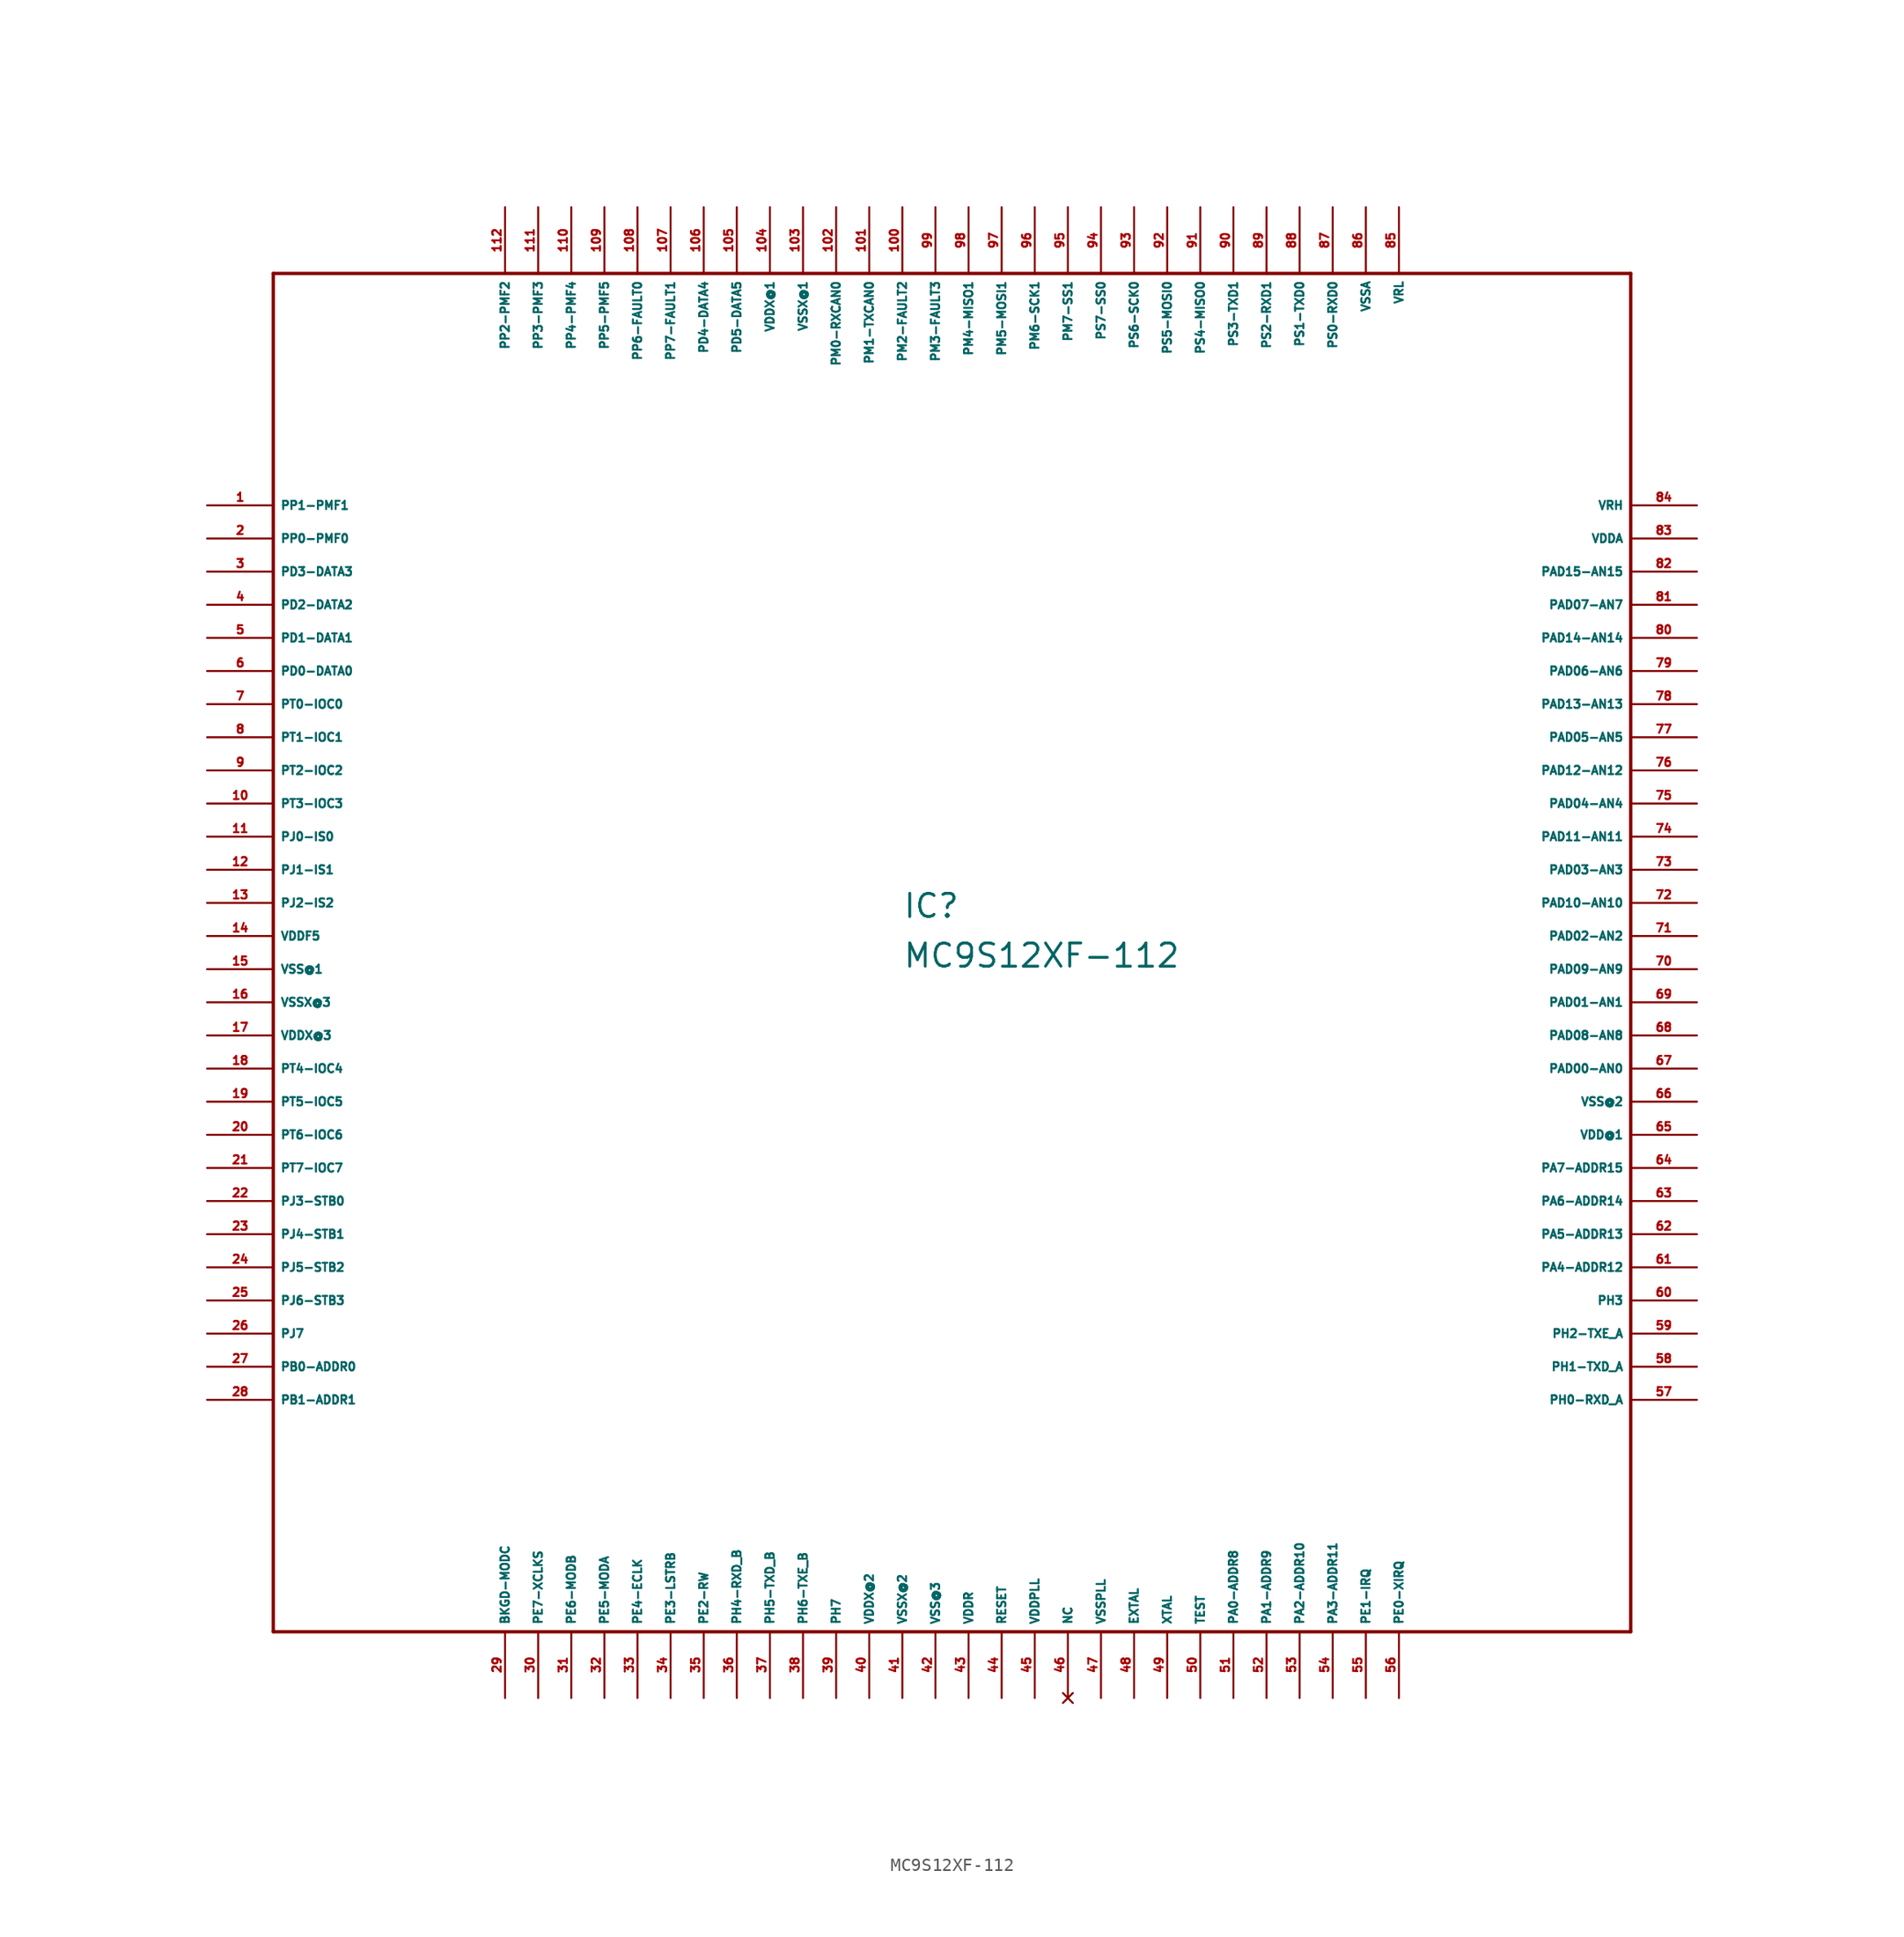
<source format=kicad_sym>
(kicad_symbol_lib
  (version 20220914)
  (generator Eagle2Kicad)
  (symbol "MC9S12XF-112"
    (property "Reference" "IC"
      (at -5.08 1.27 0)
      (effects (font (size 1.778 1.778) (thickness 0.22)) (justify left bottom)))
    (property "Value" "MC9S12XF-112"
      (at -5.08 -2.54 0)
      (effects (font (size 1.778 1.778) (thickness 0.22)) (justify left bottom)))
    (polyline
      (pts (xy -53.34 -53.34) (xy 50.8 -53.34))
      (stroke (width 0.254) (type default))
      (fill (type none)))
    (polyline
      (pts (xy 50.8 -53.34) (xy 50.8 50.8))
      (stroke (width 0.254) (type default))
      (fill (type none)))
    (polyline
      (pts (xy 50.8 50.8) (xy -53.34 50.8))
      (stroke (width 0.254) (type default))
      (fill (type none)))
    (polyline
      (pts (xy -53.34 50.8) (xy -53.34 -53.34))
      (stroke (width 0.254) (type default))
      (fill (type none)))
    (pin bidirectional line
      (at -58.42 33.02 0)
      (length 5.08)
      (name "PP1-PMF1" (effects (font (size 0.635 0.635) (thickness 0.08)) (justify left bottom)))
      (number "1" (effects (font (size 0.635 0.635) (thickness 0.08)) (justify left bottom))))
    (pin bidirectional line
      (at -58.42 30.48 0)
      (length 5.08)
      (name "PP0-PMF0" (effects (font (size 0.635 0.635) (thickness 0.08)) (justify left bottom)))
      (number "2" (effects (font (size 0.635 0.635) (thickness 0.08)) (justify left bottom))))
    (pin bidirectional line
      (at -58.42 27.94 0)
      (length 5.08)
      (name "PD3-DATA3" (effects (font (size 0.635 0.635) (thickness 0.08)) (justify left bottom)))
      (number "3" (effects (font (size 0.635 0.635) (thickness 0.08)) (justify left bottom))))
    (pin bidirectional line
      (at -58.42 25.4 0)
      (length 5.08)
      (name "PD2-DATA2" (effects (font (size 0.635 0.635) (thickness 0.08)) (justify left bottom)))
      (number "4" (effects (font (size 0.635 0.635) (thickness 0.08)) (justify left bottom))))
    (pin bidirectional line
      (at -58.42 22.86 0)
      (length 5.08)
      (name "PD1-DATA1" (effects (font (size 0.635 0.635) (thickness 0.08)) (justify left bottom)))
      (number "5" (effects (font (size 0.635 0.635) (thickness 0.08)) (justify left bottom))))
    (pin bidirectional line
      (at -58.42 20.32 0)
      (length 5.08)
      (name "PD0-DATA0" (effects (font (size 0.635 0.635) (thickness 0.08)) (justify left bottom)))
      (number "6" (effects (font (size 0.635 0.635) (thickness 0.08)) (justify left bottom))))
    (pin bidirectional line
      (at -58.42 17.78 0)
      (length 5.08)
      (name "PT0-IOC0" (effects (font (size 0.635 0.635) (thickness 0.08)) (justify left bottom)))
      (number "7" (effects (font (size 0.635 0.635) (thickness 0.08)) (justify left bottom))))
    (pin bidirectional line
      (at -58.42 15.24 0)
      (length 5.08)
      (name "PT1-IOC1" (effects (font (size 0.635 0.635) (thickness 0.08)) (justify left bottom)))
      (number "8" (effects (font (size 0.635 0.635) (thickness 0.08)) (justify left bottom))))
    (pin bidirectional line
      (at -58.42 12.7 0)
      (length 5.08)
      (name "PT2-IOC2" (effects (font (size 0.635 0.635) (thickness 0.08)) (justify left bottom)))
      (number "9" (effects (font (size 0.635 0.635) (thickness 0.08)) (justify left bottom))))
    (pin bidirectional line
      (at -58.42 10.16 0)
      (length 5.08)
      (name "PT3-IOC3" (effects (font (size 0.635 0.635) (thickness 0.08)) (justify left bottom)))
      (number "10" (effects (font (size 0.635 0.635) (thickness 0.08)) (justify left bottom))))
    (pin bidirectional line
      (at -58.42 7.62 0)
      (length 5.08)
      (name "PJ0-IS0" (effects (font (size 0.635 0.635) (thickness 0.08)) (justify left bottom)))
      (number "11" (effects (font (size 0.635 0.635) (thickness 0.08)) (justify left bottom))))
    (pin bidirectional line
      (at -58.42 5.08 0)
      (length 5.08)
      (name "PJ1-IS1" (effects (font (size 0.635 0.635) (thickness 0.08)) (justify left bottom)))
      (number "12" (effects (font (size 0.635 0.635) (thickness 0.08)) (justify left bottom))))
    (pin bidirectional line
      (at -58.42 2.54 0)
      (length 5.08)
      (name "PJ2-IS2" (effects (font (size 0.635 0.635) (thickness 0.08)) (justify left bottom)))
      (number "13" (effects (font (size 0.635 0.635) (thickness 0.08)) (justify left bottom))))
    (pin unspecified line
      (at -58.42 0 0)
      (length 5.08)
      (name "VDDF5" (effects (font (size 0.635 0.635) (thickness 0.08)) (justify left bottom)))
      (number "14" (effects (font (size 0.635 0.635) (thickness 0.08)) (justify left bottom))))
    (pin unspecified line
      (at -58.42 -2.54 0)
      (length 5.08)
      (name "VSS@1" (effects (font (size 0.635 0.635) (thickness 0.08)) (justify left bottom)))
      (number "15" (effects (font (size 0.635 0.635) (thickness 0.08)) (justify left bottom))))
    (pin unspecified line
      (at -58.42 -5.08 0)
      (length 5.08)
      (name "VSSX@3" (effects (font (size 0.635 0.635) (thickness 0.08)) (justify left bottom)))
      (number "16" (effects (font (size 0.635 0.635) (thickness 0.08)) (justify left bottom))))
    (pin unspecified line
      (at -58.42 -7.62 0)
      (length 5.08)
      (name "VDDX@3" (effects (font (size 0.635 0.635) (thickness 0.08)) (justify left bottom)))
      (number "17" (effects (font (size 0.635 0.635) (thickness 0.08)) (justify left bottom))))
    (pin bidirectional line
      (at -58.42 -10.16 0)
      (length 5.08)
      (name "PT4-IOC4" (effects (font (size 0.635 0.635) (thickness 0.08)) (justify left bottom)))
      (number "18" (effects (font (size 0.635 0.635) (thickness 0.08)) (justify left bottom))))
    (pin bidirectional line
      (at -58.42 -12.7 0)
      (length 5.08)
      (name "PT5-IOC5" (effects (font (size 0.635 0.635) (thickness 0.08)) (justify left bottom)))
      (number "19" (effects (font (size 0.635 0.635) (thickness 0.08)) (justify left bottom))))
    (pin bidirectional line
      (at -58.42 -15.24 0)
      (length 5.08)
      (name "PT6-IOC6" (effects (font (size 0.635 0.635) (thickness 0.08)) (justify left bottom)))
      (number "20" (effects (font (size 0.635 0.635) (thickness 0.08)) (justify left bottom))))
    (pin bidirectional line
      (at -58.42 -17.78 0)
      (length 5.08)
      (name "PT7-IOC7" (effects (font (size 0.635 0.635) (thickness 0.08)) (justify left bottom)))
      (number "21" (effects (font (size 0.635 0.635) (thickness 0.08)) (justify left bottom))))
    (pin bidirectional line
      (at -58.42 -20.32 0)
      (length 5.08)
      (name "PJ3-STB0" (effects (font (size 0.635 0.635) (thickness 0.08)) (justify left bottom)))
      (number "22" (effects (font (size 0.635 0.635) (thickness 0.08)) (justify left bottom))))
    (pin bidirectional line
      (at -58.42 -22.86 0)
      (length 5.08)
      (name "PJ4-STB1" (effects (font (size 0.635 0.635) (thickness 0.08)) (justify left bottom)))
      (number "23" (effects (font (size 0.635 0.635) (thickness 0.08)) (justify left bottom))))
    (pin bidirectional line
      (at -58.42 -25.4 0)
      (length 5.08)
      (name "PJ5-STB2" (effects (font (size 0.635 0.635) (thickness 0.08)) (justify left bottom)))
      (number "24" (effects (font (size 0.635 0.635) (thickness 0.08)) (justify left bottom))))
    (pin bidirectional line
      (at -58.42 -27.94 0)
      (length 5.08)
      (name "PJ6-STB3" (effects (font (size 0.635 0.635) (thickness 0.08)) (justify left bottom)))
      (number "25" (effects (font (size 0.635 0.635) (thickness 0.08)) (justify left bottom))))
    (pin bidirectional line
      (at -58.42 -30.48 0)
      (length 5.08)
      (name "PJ7" (effects (font (size 0.635 0.635) (thickness 0.08)) (justify left bottom)))
      (number "26" (effects (font (size 0.635 0.635) (thickness 0.08)) (justify left bottom))))
    (pin bidirectional line
      (at -58.42 -33.02 0)
      (length 5.08)
      (name "PB0-ADDR0" (effects (font (size 0.635 0.635) (thickness 0.08)) (justify left bottom)))
      (number "27" (effects (font (size 0.635 0.635) (thickness 0.08)) (justify left bottom))))
    (pin bidirectional line
      (at -58.42 -35.56 0)
      (length 5.08)
      (name "PB1-ADDR1" (effects (font (size 0.635 0.635) (thickness 0.08)) (justify left bottom)))
      (number "28" (effects (font (size 0.635 0.635) (thickness 0.08)) (justify left bottom))))
    (pin bidirectional line
      (at -35.56 -58.42 90)
      (length 5.08)
      (name "BKGD-MODC" (effects (font (size 0.635 0.635) (thickness 0.08)) (justify left bottom)))
      (number "29" (effects (font (size 0.635 0.635) (thickness 0.08)) (justify left bottom))))
    (pin bidirectional line
      (at -33.02 -58.42 90)
      (length 5.08)
      (name "PE7-XCLKS" (effects (font (size 0.635 0.635) (thickness 0.08)) (justify left bottom)))
      (number "30" (effects (font (size 0.635 0.635) (thickness 0.08)) (justify left bottom))))
    (pin bidirectional line
      (at -30.48 -58.42 90)
      (length 5.08)
      (name "PE6-MODB" (effects (font (size 0.635 0.635) (thickness 0.08)) (justify left bottom)))
      (number "31" (effects (font (size 0.635 0.635) (thickness 0.08)) (justify left bottom))))
    (pin bidirectional line
      (at -27.94 -58.42 90)
      (length 5.08)
      (name "PE5-MODA" (effects (font (size 0.635 0.635) (thickness 0.08)) (justify left bottom)))
      (number "32" (effects (font (size 0.635 0.635) (thickness 0.08)) (justify left bottom))))
    (pin bidirectional line
      (at -25.4 -58.42 90)
      (length 5.08)
      (name "PE4-ECLK" (effects (font (size 0.635 0.635) (thickness 0.08)) (justify left bottom)))
      (number "33" (effects (font (size 0.635 0.635) (thickness 0.08)) (justify left bottom))))
    (pin bidirectional line
      (at -22.86 -58.42 90)
      (length 5.08)
      (name "PE3-LSTRB" (effects (font (size 0.635 0.635) (thickness 0.08)) (justify left bottom)))
      (number "34" (effects (font (size 0.635 0.635) (thickness 0.08)) (justify left bottom))))
    (pin bidirectional line
      (at -20.32 -58.42 90)
      (length 5.08)
      (name "PE2-RW" (effects (font (size 0.635 0.635) (thickness 0.08)) (justify left bottom)))
      (number "35" (effects (font (size 0.635 0.635) (thickness 0.08)) (justify left bottom))))
    (pin bidirectional line
      (at -17.78 -58.42 90)
      (length 5.08)
      (name "PH4-RXD_B" (effects (font (size 0.635 0.635) (thickness 0.08)) (justify left bottom)))
      (number "36" (effects (font (size 0.635 0.635) (thickness 0.08)) (justify left bottom))))
    (pin bidirectional line
      (at -15.24 -58.42 90)
      (length 5.08)
      (name "PH5-TXD_B" (effects (font (size 0.635 0.635) (thickness 0.08)) (justify left bottom)))
      (number "37" (effects (font (size 0.635 0.635) (thickness 0.08)) (justify left bottom))))
    (pin bidirectional line
      (at -12.7 -58.42 90)
      (length 5.08)
      (name "PH6-TXE_B" (effects (font (size 0.635 0.635) (thickness 0.08)) (justify left bottom)))
      (number "38" (effects (font (size 0.635 0.635) (thickness 0.08)) (justify left bottom))))
    (pin bidirectional line
      (at -10.16 -58.42 90)
      (length 5.08)
      (name "PH7" (effects (font (size 0.635 0.635) (thickness 0.08)) (justify left bottom)))
      (number "39" (effects (font (size 0.635 0.635) (thickness 0.08)) (justify left bottom))))
    (pin unspecified line
      (at -7.62 -58.42 90)
      (length 5.08)
      (name "VDDX@2" (effects (font (size 0.635 0.635) (thickness 0.08)) (justify left bottom)))
      (number "40" (effects (font (size 0.635 0.635) (thickness 0.08)) (justify left bottom))))
    (pin unspecified line
      (at -5.08 -58.42 90)
      (length 5.08)
      (name "VSSX@2" (effects (font (size 0.635 0.635) (thickness 0.08)) (justify left bottom)))
      (number "41" (effects (font (size 0.635 0.635) (thickness 0.08)) (justify left bottom))))
    (pin unspecified line
      (at -2.54 -58.42 90)
      (length 5.08)
      (name "VSS@3" (effects (font (size 0.635 0.635) (thickness 0.08)) (justify left bottom)))
      (number "42" (effects (font (size 0.635 0.635) (thickness 0.08)) (justify left bottom))))
    (pin unspecified line
      (at 0 -58.42 90)
      (length 5.08)
      (name "VDDR" (effects (font (size 0.635 0.635) (thickness 0.08)) (justify left bottom)))
      (number "43" (effects (font (size 0.635 0.635) (thickness 0.08)) (justify left bottom))))
    (pin bidirectional line
      (at 2.54 -58.42 90)
      (length 5.08)
      (name "RESET" (effects (font (size 0.635 0.635) (thickness 0.08)) (justify left bottom)))
      (number "44" (effects (font (size 0.635 0.635) (thickness 0.08)) (justify left bottom))))
    (pin unspecified line
      (at 5.08 -58.42 90)
      (length 5.08)
      (name "VDDPLL" (effects (font (size 0.635 0.635) (thickness 0.08)) (justify left bottom)))
      (number "45" (effects (font (size 0.635 0.635) (thickness 0.08)) (justify left bottom))))
    (pin no_connect line
      (at 7.62 -58.42 90)
      (length 5.08)
      (name "NC" (effects (font (size 0.635 0.635) (thickness 0.08)) (justify left bottom) hide))
      (number "46" (effects (font (size 0.635 0.635) (thickness 0.08)) (justify left bottom) hide)))
    (pin unspecified line
      (at 10.16 -58.42 90)
      (length 5.08)
      (name "VSSPLL" (effects (font (size 0.635 0.635) (thickness 0.08)) (justify left bottom)))
      (number "47" (effects (font (size 0.635 0.635) (thickness 0.08)) (justify left bottom))))
    (pin passive line
      (at 12.7 -58.42 90)
      (length 5.08)
      (name "EXTAL" (effects (font (size 0.635 0.635) (thickness 0.08)) (justify left bottom)))
      (number "48" (effects (font (size 0.635 0.635) (thickness 0.08)) (justify left bottom))))
    (pin passive line
      (at 15.24 -58.42 90)
      (length 5.08)
      (name "XTAL" (effects (font (size 0.635 0.635) (thickness 0.08)) (justify left bottom)))
      (number "49" (effects (font (size 0.635 0.635) (thickness 0.08)) (justify left bottom))))
    (pin input line
      (at 17.78 -58.42 90)
      (length 5.08)
      (name "TEST" (effects (font (size 0.635 0.635) (thickness 0.08)) (justify left bottom)))
      (number "50" (effects (font (size 0.635 0.635) (thickness 0.08)) (justify left bottom))))
    (pin bidirectional line
      (at 20.32 -58.42 90)
      (length 5.08)
      (name "PA0-ADDR8" (effects (font (size 0.635 0.635) (thickness 0.08)) (justify left bottom)))
      (number "51" (effects (font (size 0.635 0.635) (thickness 0.08)) (justify left bottom))))
    (pin bidirectional line
      (at 22.86 -58.42 90)
      (length 5.08)
      (name "PA1-ADDR9" (effects (font (size 0.635 0.635) (thickness 0.08)) (justify left bottom)))
      (number "52" (effects (font (size 0.635 0.635) (thickness 0.08)) (justify left bottom))))
    (pin bidirectional line
      (at 25.4 -58.42 90)
      (length 5.08)
      (name "PA2-ADDR10" (effects (font (size 0.635 0.635) (thickness 0.08)) (justify left bottom)))
      (number "53" (effects (font (size 0.635 0.635) (thickness 0.08)) (justify left bottom))))
    (pin bidirectional line
      (at 27.94 -58.42 90)
      (length 5.08)
      (name "PA3-ADDR11" (effects (font (size 0.635 0.635) (thickness 0.08)) (justify left bottom)))
      (number "54" (effects (font (size 0.635 0.635) (thickness 0.08)) (justify left bottom))))
    (pin input line
      (at 30.48 -58.42 90)
      (length 5.08)
      (name "PE1-IRQ" (effects (font (size 0.635 0.635) (thickness 0.08)) (justify left bottom)))
      (number "55" (effects (font (size 0.635 0.635) (thickness 0.08)) (justify left bottom))))
    (pin input line
      (at 33.02 -58.42 90)
      (length 5.08)
      (name "PE0-XIRQ" (effects (font (size 0.635 0.635) (thickness 0.08)) (justify left bottom)))
      (number "56" (effects (font (size 0.635 0.635) (thickness 0.08)) (justify left bottom))))
    (pin bidirectional line
      (at 55.88 -35.56 180)
      (length 5.08)
      (name "PH0-RXD_A" (effects (font (size 0.635 0.635) (thickness 0.08)) (justify left bottom)))
      (number "57" (effects (font (size 0.635 0.635) (thickness 0.08)) (justify left bottom))))
    (pin bidirectional line
      (at 55.88 -33.02 180)
      (length 5.08)
      (name "PH1-TXD_A" (effects (font (size 0.635 0.635) (thickness 0.08)) (justify left bottom)))
      (number "58" (effects (font (size 0.635 0.635) (thickness 0.08)) (justify left bottom))))
    (pin bidirectional line
      (at 55.88 -30.48 180)
      (length 5.08)
      (name "PH2-TXE_A" (effects (font (size 0.635 0.635) (thickness 0.08)) (justify left bottom)))
      (number "59" (effects (font (size 0.635 0.635) (thickness 0.08)) (justify left bottom))))
    (pin bidirectional line
      (at 55.88 -27.94 180)
      (length 5.08)
      (name "PH3" (effects (font (size 0.635 0.635) (thickness 0.08)) (justify left bottom)))
      (number "60" (effects (font (size 0.635 0.635) (thickness 0.08)) (justify left bottom))))
    (pin bidirectional line
      (at 55.88 -25.4 180)
      (length 5.08)
      (name "PA4-ADDR12" (effects (font (size 0.635 0.635) (thickness 0.08)) (justify left bottom)))
      (number "61" (effects (font (size 0.635 0.635) (thickness 0.08)) (justify left bottom))))
    (pin bidirectional line
      (at 55.88 -22.86 180)
      (length 5.08)
      (name "PA5-ADDR13" (effects (font (size 0.635 0.635) (thickness 0.08)) (justify left bottom)))
      (number "62" (effects (font (size 0.635 0.635) (thickness 0.08)) (justify left bottom))))
    (pin bidirectional line
      (at 55.88 -20.32 180)
      (length 5.08)
      (name "PA6-ADDR14" (effects (font (size 0.635 0.635) (thickness 0.08)) (justify left bottom)))
      (number "63" (effects (font (size 0.635 0.635) (thickness 0.08)) (justify left bottom))))
    (pin bidirectional line
      (at 55.88 -17.78 180)
      (length 5.08)
      (name "PA7-ADDR15" (effects (font (size 0.635 0.635) (thickness 0.08)) (justify left bottom)))
      (number "64" (effects (font (size 0.635 0.635) (thickness 0.08)) (justify left bottom))))
    (pin unspecified line
      (at 55.88 -15.24 180)
      (length 5.08)
      (name "VDD@1" (effects (font (size 0.635 0.635) (thickness 0.08)) (justify left bottom)))
      (number "65" (effects (font (size 0.635 0.635) (thickness 0.08)) (justify left bottom))))
    (pin unspecified line
      (at 55.88 -12.7 180)
      (length 5.08)
      (name "VSS@2" (effects (font (size 0.635 0.635) (thickness 0.08)) (justify left bottom)))
      (number "66" (effects (font (size 0.635 0.635) (thickness 0.08)) (justify left bottom))))
    (pin bidirectional line
      (at 55.88 -10.16 180)
      (length 5.08)
      (name "PAD00-AN0" (effects (font (size 0.635 0.635) (thickness 0.08)) (justify left bottom)))
      (number "67" (effects (font (size 0.635 0.635) (thickness 0.08)) (justify left bottom))))
    (pin bidirectional line
      (at 55.88 -7.62 180)
      (length 5.08)
      (name "PAD08-AN8" (effects (font (size 0.635 0.635) (thickness 0.08)) (justify left bottom)))
      (number "68" (effects (font (size 0.635 0.635) (thickness 0.08)) (justify left bottom))))
    (pin bidirectional line
      (at 55.88 -5.08 180)
      (length 5.08)
      (name "PAD01-AN1" (effects (font (size 0.635 0.635) (thickness 0.08)) (justify left bottom)))
      (number "69" (effects (font (size 0.635 0.635) (thickness 0.08)) (justify left bottom))))
    (pin bidirectional line
      (at 55.88 -2.54 180)
      (length 5.08)
      (name "PAD09-AN9" (effects (font (size 0.635 0.635) (thickness 0.08)) (justify left bottom)))
      (number "70" (effects (font (size 0.635 0.635) (thickness 0.08)) (justify left bottom))))
    (pin bidirectional line
      (at 55.88 0 180)
      (length 5.08)
      (name "PAD02-AN2" (effects (font (size 0.635 0.635) (thickness 0.08)) (justify left bottom)))
      (number "71" (effects (font (size 0.635 0.635) (thickness 0.08)) (justify left bottom))))
    (pin bidirectional line
      (at 55.88 2.54 180)
      (length 5.08)
      (name "PAD10-AN10" (effects (font (size 0.635 0.635) (thickness 0.08)) (justify left bottom)))
      (number "72" (effects (font (size 0.635 0.635) (thickness 0.08)) (justify left bottom))))
    (pin bidirectional line
      (at 55.88 5.08 180)
      (length 5.08)
      (name "PAD03-AN3" (effects (font (size 0.635 0.635) (thickness 0.08)) (justify left bottom)))
      (number "73" (effects (font (size 0.635 0.635) (thickness 0.08)) (justify left bottom))))
    (pin bidirectional line
      (at 55.88 7.62 180)
      (length 5.08)
      (name "PAD11-AN11" (effects (font (size 0.635 0.635) (thickness 0.08)) (justify left bottom)))
      (number "74" (effects (font (size 0.635 0.635) (thickness 0.08)) (justify left bottom))))
    (pin bidirectional line
      (at 55.88 10.16 180)
      (length 5.08)
      (name "PAD04-AN4" (effects (font (size 0.635 0.635) (thickness 0.08)) (justify left bottom)))
      (number "75" (effects (font (size 0.635 0.635) (thickness 0.08)) (justify left bottom))))
    (pin bidirectional line
      (at 55.88 12.7 180)
      (length 5.08)
      (name "PAD12-AN12" (effects (font (size 0.635 0.635) (thickness 0.08)) (justify left bottom)))
      (number "76" (effects (font (size 0.635 0.635) (thickness 0.08)) (justify left bottom))))
    (pin bidirectional line
      (at 55.88 15.24 180)
      (length 5.08)
      (name "PAD05-AN5" (effects (font (size 0.635 0.635) (thickness 0.08)) (justify left bottom)))
      (number "77" (effects (font (size 0.635 0.635) (thickness 0.08)) (justify left bottom))))
    (pin bidirectional line
      (at 55.88 17.78 180)
      (length 5.08)
      (name "PAD13-AN13" (effects (font (size 0.635 0.635) (thickness 0.08)) (justify left bottom)))
      (number "78" (effects (font (size 0.635 0.635) (thickness 0.08)) (justify left bottom))))
    (pin bidirectional line
      (at 55.88 20.32 180)
      (length 5.08)
      (name "PAD06-AN6" (effects (font (size 0.635 0.635) (thickness 0.08)) (justify left bottom)))
      (number "79" (effects (font (size 0.635 0.635) (thickness 0.08)) (justify left bottom))))
    (pin bidirectional line
      (at 55.88 22.86 180)
      (length 5.08)
      (name "PAD14-AN14" (effects (font (size 0.635 0.635) (thickness 0.08)) (justify left bottom)))
      (number "80" (effects (font (size 0.635 0.635) (thickness 0.08)) (justify left bottom))))
    (pin bidirectional line
      (at 55.88 25.4 180)
      (length 5.08)
      (name "PAD07-AN7" (effects (font (size 0.635 0.635) (thickness 0.08)) (justify left bottom)))
      (number "81" (effects (font (size 0.635 0.635) (thickness 0.08)) (justify left bottom))))
    (pin bidirectional line
      (at 55.88 27.94 180)
      (length 5.08)
      (name "PAD15-AN15" (effects (font (size 0.635 0.635) (thickness 0.08)) (justify left bottom)))
      (number "82" (effects (font (size 0.635 0.635) (thickness 0.08)) (justify left bottom))))
    (pin unspecified line
      (at 55.88 30.48 180)
      (length 5.08)
      (name "VDDA" (effects (font (size 0.635 0.635) (thickness 0.08)) (justify left bottom)))
      (number "83" (effects (font (size 0.635 0.635) (thickness 0.08)) (justify left bottom))))
    (pin unspecified line
      (at 55.88 33.02 180)
      (length 5.08)
      (name "VRH" (effects (font (size 0.635 0.635) (thickness 0.08)) (justify left bottom)))
      (number "84" (effects (font (size 0.635 0.635) (thickness 0.08)) (justify left bottom))))
    (pin unspecified line
      (at 33.02 55.88 270)
      (length 5.08)
      (name "VRL" (effects (font (size 0.635 0.635) (thickness 0.08)) (justify left bottom)))
      (number "85" (effects (font (size 0.635 0.635) (thickness 0.08)) (justify left bottom))))
    (pin unspecified line
      (at 30.48 55.88 270)
      (length 5.08)
      (name "VSSA" (effects (font (size 0.635 0.635) (thickness 0.08)) (justify left bottom)))
      (number "86" (effects (font (size 0.635 0.635) (thickness 0.08)) (justify left bottom))))
    (pin bidirectional line
      (at 27.94 55.88 270)
      (length 5.08)
      (name "PS0-RXD0" (effects (font (size 0.635 0.635) (thickness 0.08)) (justify left bottom)))
      (number "87" (effects (font (size 0.635 0.635) (thickness 0.08)) (justify left bottom))))
    (pin bidirectional line
      (at 25.4 55.88 270)
      (length 5.08)
      (name "PS1-TXD0" (effects (font (size 0.635 0.635) (thickness 0.08)) (justify left bottom)))
      (number "88" (effects (font (size 0.635 0.635) (thickness 0.08)) (justify left bottom))))
    (pin bidirectional line
      (at 22.86 55.88 270)
      (length 5.08)
      (name "PS2-RXD1" (effects (font (size 0.635 0.635) (thickness 0.08)) (justify left bottom)))
      (number "89" (effects (font (size 0.635 0.635) (thickness 0.08)) (justify left bottom))))
    (pin bidirectional line
      (at 20.32 55.88 270)
      (length 5.08)
      (name "PS3-TXD1" (effects (font (size 0.635 0.635) (thickness 0.08)) (justify left bottom)))
      (number "90" (effects (font (size 0.635 0.635) (thickness 0.08)) (justify left bottom))))
    (pin bidirectional line
      (at 17.78 55.88 270)
      (length 5.08)
      (name "PS4-MISO0" (effects (font (size 0.635 0.635) (thickness 0.08)) (justify left bottom)))
      (number "91" (effects (font (size 0.635 0.635) (thickness 0.08)) (justify left bottom))))
    (pin bidirectional line
      (at 15.24 55.88 270)
      (length 5.08)
      (name "PS5-MOSI0" (effects (font (size 0.635 0.635) (thickness 0.08)) (justify left bottom)))
      (number "92" (effects (font (size 0.635 0.635) (thickness 0.08)) (justify left bottom))))
    (pin bidirectional line
      (at 12.7 55.88 270)
      (length 5.08)
      (name "PS6-SCK0" (effects (font (size 0.635 0.635) (thickness 0.08)) (justify left bottom)))
      (number "93" (effects (font (size 0.635 0.635) (thickness 0.08)) (justify left bottom))))
    (pin bidirectional line
      (at 10.16 55.88 270)
      (length 5.08)
      (name "PS7-SS0" (effects (font (size 0.635 0.635) (thickness 0.08)) (justify left bottom)))
      (number "94" (effects (font (size 0.635 0.635) (thickness 0.08)) (justify left bottom))))
    (pin bidirectional line
      (at 7.62 55.88 270)
      (length 5.08)
      (name "PM7-SS1" (effects (font (size 0.635 0.635) (thickness 0.08)) (justify left bottom)))
      (number "95" (effects (font (size 0.635 0.635) (thickness 0.08)) (justify left bottom))))
    (pin bidirectional line
      (at 5.08 55.88 270)
      (length 5.08)
      (name "PM6-SCK1" (effects (font (size 0.635 0.635) (thickness 0.08)) (justify left bottom)))
      (number "96" (effects (font (size 0.635 0.635) (thickness 0.08)) (justify left bottom))))
    (pin bidirectional line
      (at 2.54 55.88 270)
      (length 5.08)
      (name "PM5-MOSI1" (effects (font (size 0.635 0.635) (thickness 0.08)) (justify left bottom)))
      (number "97" (effects (font (size 0.635 0.635) (thickness 0.08)) (justify left bottom))))
    (pin bidirectional line
      (at 0 55.88 270)
      (length 5.08)
      (name "PM4-MISO1" (effects (font (size 0.635 0.635) (thickness 0.08)) (justify left bottom)))
      (number "98" (effects (font (size 0.635 0.635) (thickness 0.08)) (justify left bottom))))
    (pin bidirectional line
      (at -2.54 55.88 270)
      (length 5.08)
      (name "PM3-FAULT3" (effects (font (size 0.635 0.635) (thickness 0.08)) (justify left bottom)))
      (number "99" (effects (font (size 0.635 0.635) (thickness 0.08)) (justify left bottom))))
    (pin bidirectional line
      (at -5.08 55.88 270)
      (length 5.08)
      (name "PM2-FAULT2" (effects (font (size 0.635 0.635) (thickness 0.08)) (justify left bottom)))
      (number "100" (effects (font (size 0.635 0.635) (thickness 0.08)) (justify left bottom))))
    (pin bidirectional line
      (at -7.62 55.88 270)
      (length 5.08)
      (name "PM1-TXCAN0" (effects (font (size 0.635 0.635) (thickness 0.08)) (justify left bottom)))
      (number "101" (effects (font (size 0.635 0.635) (thickness 0.08)) (justify left bottom))))
    (pin bidirectional line
      (at -10.16 55.88 270)
      (length 5.08)
      (name "PM0-RXCAN0" (effects (font (size 0.635 0.635) (thickness 0.08)) (justify left bottom)))
      (number "102" (effects (font (size 0.635 0.635) (thickness 0.08)) (justify left bottom))))
    (pin unspecified line
      (at -12.7 55.88 270)
      (length 5.08)
      (name "VSSX@1" (effects (font (size 0.635 0.635) (thickness 0.08)) (justify left bottom)))
      (number "103" (effects (font (size 0.635 0.635) (thickness 0.08)) (justify left bottom))))
    (pin unspecified line
      (at -15.24 55.88 270)
      (length 5.08)
      (name "VDDX@1" (effects (font (size 0.635 0.635) (thickness 0.08)) (justify left bottom)))
      (number "104" (effects (font (size 0.635 0.635) (thickness 0.08)) (justify left bottom))))
    (pin bidirectional line
      (at -17.78 55.88 270)
      (length 5.08)
      (name "PD5-DATA5" (effects (font (size 0.635 0.635) (thickness 0.08)) (justify left bottom)))
      (number "105" (effects (font (size 0.635 0.635) (thickness 0.08)) (justify left bottom))))
    (pin bidirectional line
      (at -20.32 55.88 270)
      (length 5.08)
      (name "PD4-DATA4" (effects (font (size 0.635 0.635) (thickness 0.08)) (justify left bottom)))
      (number "106" (effects (font (size 0.635 0.635) (thickness 0.08)) (justify left bottom))))
    (pin bidirectional line
      (at -22.86 55.88 270)
      (length 5.08)
      (name "PP7-FAULT1" (effects (font (size 0.635 0.635) (thickness 0.08)) (justify left bottom)))
      (number "107" (effects (font (size 0.635 0.635) (thickness 0.08)) (justify left bottom))))
    (pin bidirectional line
      (at -25.4 55.88 270)
      (length 5.08)
      (name "PP6-FAULT0" (effects (font (size 0.635 0.635) (thickness 0.08)) (justify left bottom)))
      (number "108" (effects (font (size 0.635 0.635) (thickness 0.08)) (justify left bottom))))
    (pin bidirectional line
      (at -27.94 55.88 270)
      (length 5.08)
      (name "PP5-PMF5" (effects (font (size 0.635 0.635) (thickness 0.08)) (justify left bottom)))
      (number "109" (effects (font (size 0.635 0.635) (thickness 0.08)) (justify left bottom))))
    (pin bidirectional line
      (at -30.48 55.88 270)
      (length 5.08)
      (name "PP4-PMF4" (effects (font (size 0.635 0.635) (thickness 0.08)) (justify left bottom)))
      (number "110" (effects (font (size 0.635 0.635) (thickness 0.08)) (justify left bottom))))
    (pin bidirectional line
      (at -33.02 55.88 270)
      (length 5.08)
      (name "PP3-PMF3" (effects (font (size 0.635 0.635) (thickness 0.08)) (justify left bottom)))
      (number "111" (effects (font (size 0.635 0.635) (thickness 0.08)) (justify left bottom))))
    (pin bidirectional line
      (at -35.56 55.88 270)
      (length 5.08)
      (name "PP2-PMF2" (effects (font (size 0.635 0.635) (thickness 0.08)) (justify left bottom)))
      (number "112" (effects (font (size 0.635 0.635) (thickness 0.08)) (justify left bottom))))))
</source>
